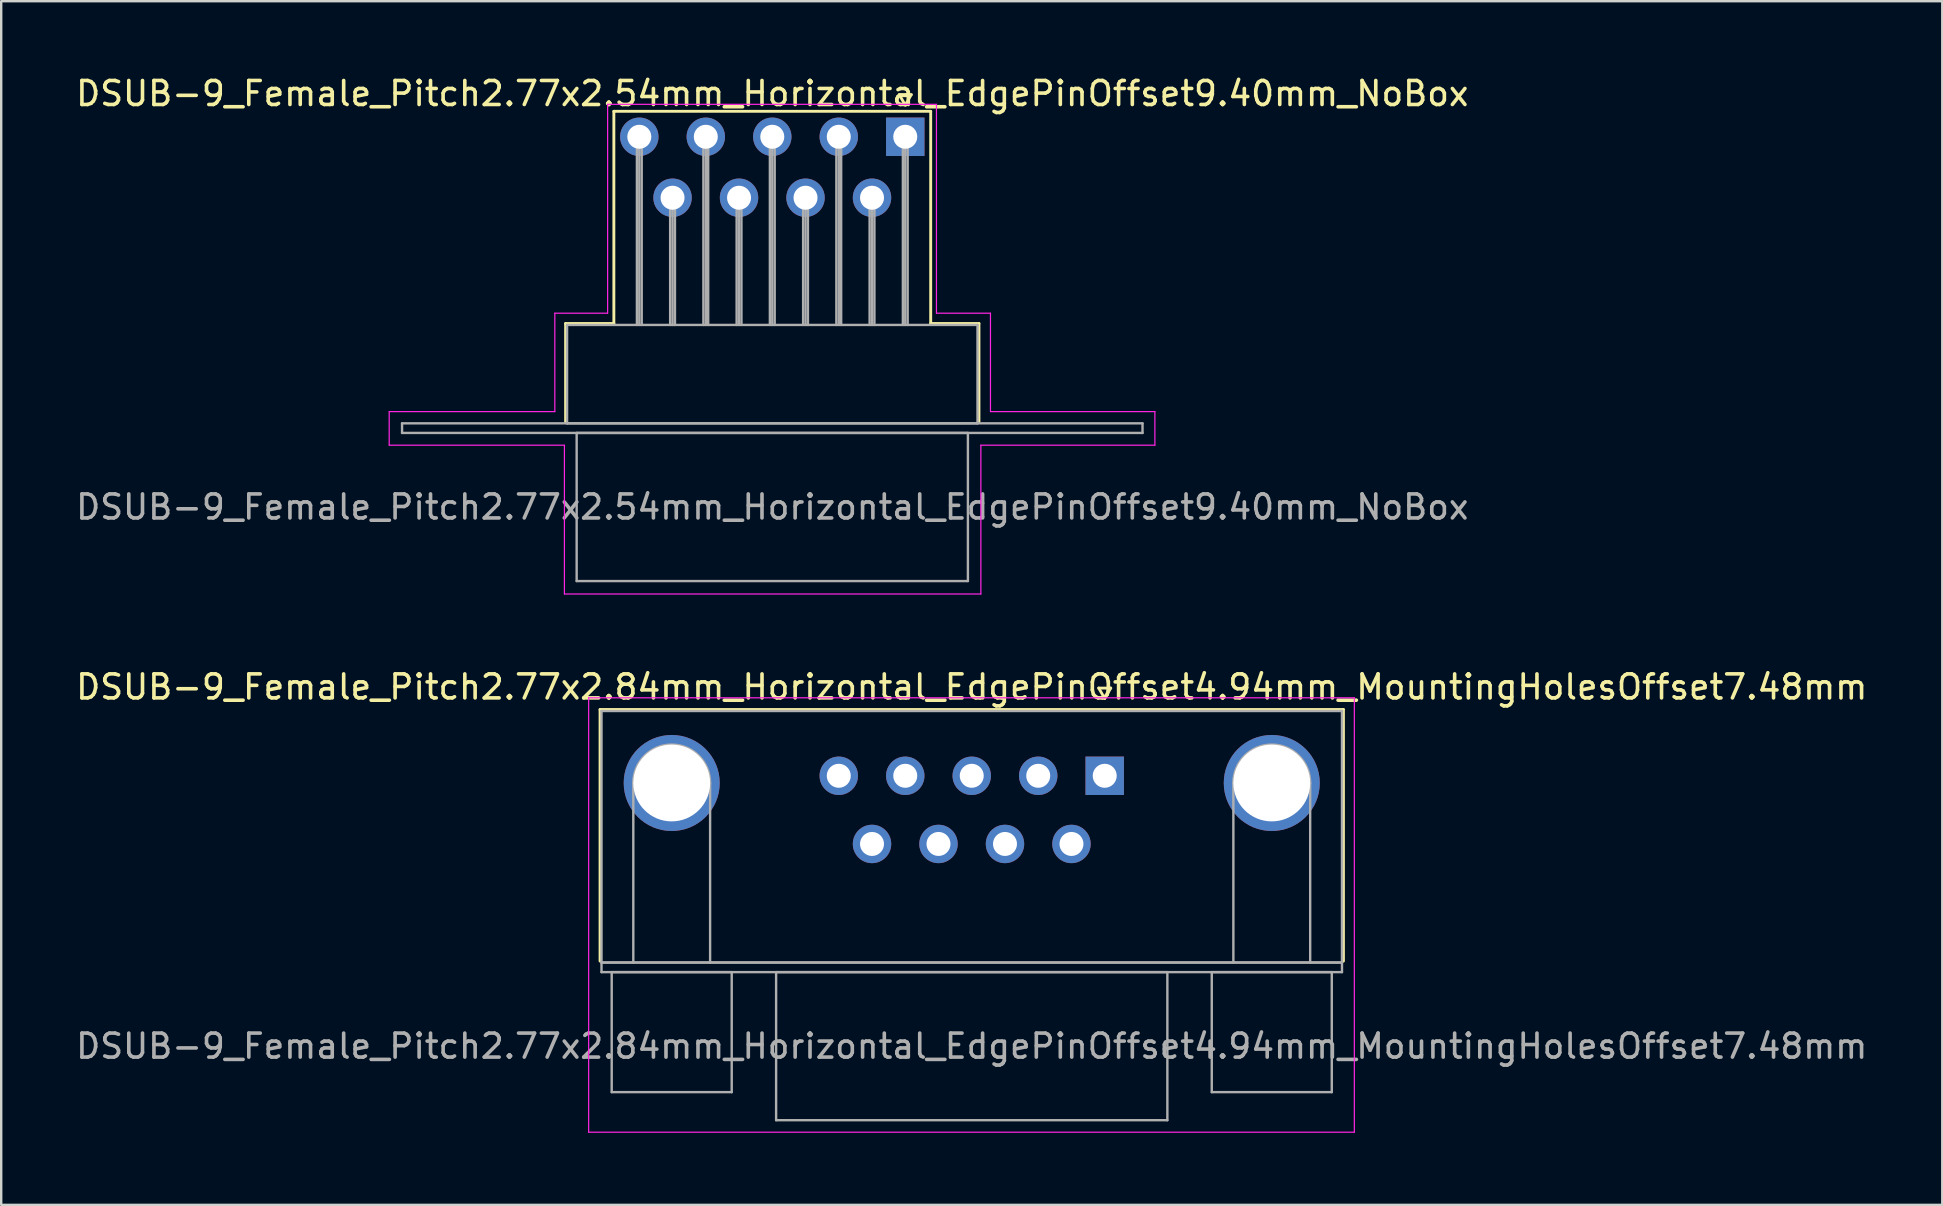
<source format=kicad_pcb>
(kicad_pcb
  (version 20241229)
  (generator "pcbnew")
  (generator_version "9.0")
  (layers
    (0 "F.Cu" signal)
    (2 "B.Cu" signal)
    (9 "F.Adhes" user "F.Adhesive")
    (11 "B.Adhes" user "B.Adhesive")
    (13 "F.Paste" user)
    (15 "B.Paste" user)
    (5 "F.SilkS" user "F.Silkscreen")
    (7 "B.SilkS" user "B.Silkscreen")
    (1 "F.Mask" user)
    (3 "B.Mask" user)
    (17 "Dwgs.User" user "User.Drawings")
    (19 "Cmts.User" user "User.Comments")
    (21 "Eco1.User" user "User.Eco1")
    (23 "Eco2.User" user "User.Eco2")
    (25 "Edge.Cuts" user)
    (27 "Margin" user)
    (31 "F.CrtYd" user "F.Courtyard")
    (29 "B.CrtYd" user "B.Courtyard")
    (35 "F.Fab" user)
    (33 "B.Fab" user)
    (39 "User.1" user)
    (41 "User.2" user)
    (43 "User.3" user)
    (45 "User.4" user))
  (footprint "DSUB-9_Female_Pitch2.77x2.54mm_Horizontal_EdgePinOffset9.40mm_NoBox"
    (layer "F.Cu")
    (at 34.665 2.648)
    (property "Reference" "DSUB-9_Female_Pitch2.77x2.54mm_Horizontal_EdgePinOffset9.40mm_NoBox" (at -5.54 -1.8 0) (layer "F.SilkS") (effects (font (size 1 1) (thickness 0.15))))
    (attr through_hole)
    (fp_line (start -14.15 7.78) (end -12.14 7.78) (stroke (width 0.12) (type solid)) (layer "F.SilkS"))
    (fp_line (start -14.15 11.88) (end -14.15 7.78) (stroke (width 0.12) (type solid)) (layer "F.SilkS"))
    (fp_line (start -12.14 -1.06) (end 1.06 -1.06) (stroke (width 0.12) (type solid)) (layer "F.SilkS"))
    (fp_line (start -12.14 7.78) (end -12.14 -1.06) (stroke (width 0.12) (type solid)) (layer "F.SilkS"))
    (fp_line (start -0.25 -1.754) (end 0.25 -1.754) (stroke (width 0.12) (type solid)) (layer "F.SilkS"))
    (fp_line (start 0 -1.321) (end -0.25 -1.754) (stroke (width 0.12) (type solid)) (layer "F.SilkS"))
    (fp_line (start 0.25 -1.754) (end 0 -1.321) (stroke (width 0.12) (type solid)) (layer "F.SilkS"))
    (fp_line (start 1.06 -1.06) (end 1.06 7.78) (stroke (width 0.12) (type solid)) (layer "F.SilkS"))
    (fp_line (start 1.06 7.78) (end 3.07 7.78) (stroke (width 0.12) (type solid)) (layer "F.SilkS"))
    (fp_line (start 3.07 7.78) (end 3.07 11.88) (stroke (width 0.12) (type solid)) (layer "F.SilkS"))
    (fp_line (start -21.5 11.45) (end -14.6 11.45) (stroke (width 0.05) (type solid)) (layer "F.CrtYd"))
    (fp_line (start -21.5 12.85) (end -21.5 11.45) (stroke (width 0.05) (type solid)) (layer "F.CrtYd"))
    (fp_line (start -14.6 7.35) (end -12.4 7.35) (stroke (width 0.05) (type solid)) (layer "F.CrtYd"))
    (fp_line (start -14.6 11.45) (end -14.6 7.35) (stroke (width 0.05) (type solid)) (layer "F.CrtYd"))
    (fp_line (start -14.2 12.85) (end -21.5 12.85) (stroke (width 0.05) (type solid)) (layer "F.CrtYd"))
    (fp_line (start -14.2 19.05) (end -14.2 12.85) (stroke (width 0.05) (type solid)) (layer "F.CrtYd"))
    (fp_line (start -12.4 -1.35) (end 1.3 -1.35) (stroke (width 0.05) (type solid)) (layer "F.CrtYd"))
    (fp_line (start -12.4 7.35) (end -12.4 -1.35) (stroke (width 0.05) (type solid)) (layer "F.CrtYd"))
    (fp_line (start 1.3 -1.35) (end 1.3 7.35) (stroke (width 0.05) (type solid)) (layer "F.CrtYd"))
    (fp_line (start 1.3 7.35) (end 3.55 7.35) (stroke (width 0.05) (type solid)) (layer "F.CrtYd"))
    (fp_line (start 3.15 12.85) (end 3.15 19.05) (stroke (width 0.05) (type solid)) (layer "F.CrtYd"))
    (fp_line (start 3.15 19.05) (end -14.2 19.05) (stroke (width 0.05) (type solid)) (layer "F.CrtYd"))
    (fp_line (start 3.55 7.35) (end 3.55 11.45) (stroke (width 0.05) (type solid)) (layer "F.CrtYd"))
    (fp_line (start 3.55 11.45) (end 10.4 11.45) (stroke (width 0.05) (type solid)) (layer "F.CrtYd"))
    (fp_line (start 10.4 11.45) (end 10.4 12.85) (stroke (width 0.05) (type solid)) (layer "F.CrtYd"))
    (fp_line (start 10.4 12.85) (end 3.15 12.85) (stroke (width 0.05) (type solid)) (layer "F.CrtYd"))
    (fp_line (start -20.965 11.94) (end -20.965 12.34) (stroke (width 0.1) (type solid)) (layer "F.Fab"))
    (fp_line (start -20.965 12.34) (end 9.885 12.34) (stroke (width 0.1) (type solid)) (layer "F.Fab"))
    (fp_line (start -14.09 7.84) (end -14.09 11.94) (stroke (width 0.1) (type solid)) (layer "F.Fab"))
    (fp_line (start -14.09 11.94) (end 3.01 11.94) (stroke (width 0.1) (type solid)) (layer "F.Fab"))
    (fp_line (start -13.69 12.34) (end -13.69 18.51) (stroke (width 0.1) (type solid)) (layer "F.Fab"))
    (fp_line (start -13.69 18.51) (end 2.61 18.51) (stroke (width 0.1) (type solid)) (layer "F.Fab"))
    (fp_line (start -11.18 0) (end -11.18 7.84) (stroke (width 0.1) (type solid)) (layer "F.Fab"))
    (fp_line (start -11.08 0) (end -11.08 7.84) (stroke (width 0.1) (type solid)) (layer "F.Fab"))
    (fp_line (start -10.98 0) (end -10.98 7.84) (stroke (width 0.1) (type solid)) (layer "F.Fab"))
    (fp_line (start -9.795 2.54) (end -9.795 7.84) (stroke (width 0.1) (type solid)) (layer "F.Fab"))
    (fp_line (start -9.695 2.54) (end -9.695 7.84) (stroke (width 0.1) (type solid)) (layer "F.Fab"))
    (fp_line (start -9.595 2.54) (end -9.595 7.84) (stroke (width 0.1) (type solid)) (layer "F.Fab"))
    (fp_line (start -8.41 0) (end -8.41 7.84) (stroke (width 0.1) (type solid)) (layer "F.Fab"))
    (fp_line (start -8.31 0) (end -8.31 7.84) (stroke (width 0.1) (type solid)) (layer "F.Fab"))
    (fp_line (start -8.21 0) (end -8.21 7.84) (stroke (width 0.1) (type solid)) (layer "F.Fab"))
    (fp_line (start -7.025 2.54) (end -7.025 7.84) (stroke (width 0.1) (type solid)) (layer "F.Fab"))
    (fp_line (start -6.925 2.54) (end -6.925 7.84) (stroke (width 0.1) (type solid)) (layer "F.Fab"))
    (fp_line (start -6.825 2.54) (end -6.825 7.84) (stroke (width 0.1) (type solid)) (layer "F.Fab"))
    (fp_line (start -5.64 0) (end -5.64 7.84) (stroke (width 0.1) (type solid)) (layer "F.Fab"))
    (fp_line (start -5.54 0) (end -5.54 7.84) (stroke (width 0.1) (type solid)) (layer "F.Fab"))
    (fp_line (start -5.44 0) (end -5.44 7.84) (stroke (width 0.1) (type solid)) (layer "F.Fab"))
    (fp_line (start -4.255 2.54) (end -4.255 7.84) (stroke (width 0.1) (type solid)) (layer "F.Fab"))
    (fp_line (start -4.155 2.54) (end -4.155 7.84) (stroke (width 0.1) (type solid)) (layer "F.Fab"))
    (fp_line (start -4.055 2.54) (end -4.055 7.84) (stroke (width 0.1) (type solid)) (layer "F.Fab"))
    (fp_line (start -2.87 0) (end -2.87 7.84) (stroke (width 0.1) (type solid)) (layer "F.Fab"))
    (fp_line (start -2.77 0) (end -2.77 7.84) (stroke (width 0.1) (type solid)) (layer "F.Fab"))
    (fp_line (start -2.67 0) (end -2.67 7.84) (stroke (width 0.1) (type solid)) (layer "F.Fab"))
    (fp_line (start -1.485 2.54) (end -1.485 7.84) (stroke (width 0.1) (type solid)) (layer "F.Fab"))
    (fp_line (start -1.385 2.54) (end -1.385 7.84) (stroke (width 0.1) (type solid)) (layer "F.Fab"))
    (fp_line (start -1.285 2.54) (end -1.285 7.84) (stroke (width 0.1) (type solid)) (layer "F.Fab"))
    (fp_line (start -0.1 0) (end -0.1 7.84) (stroke (width 0.1) (type solid)) (layer "F.Fab"))
    (fp_line (start 0 0) (end 0 7.84) (stroke (width 0.1) (type solid)) (layer "F.Fab"))
    (fp_line (start 0.1 0) (end 0.1 7.84) (stroke (width 0.1) (type solid)) (layer "F.Fab"))
    (fp_line (start 2.61 12.34) (end -13.69 12.34) (stroke (width 0.1) (type solid)) (layer "F.Fab"))
    (fp_line (start 2.61 18.51) (end 2.61 12.34) (stroke (width 0.1) (type solid)) (layer "F.Fab"))
    (fp_line (start 3.01 7.84) (end -14.09 7.84) (stroke (width 0.1) (type solid)) (layer "F.Fab"))
    (fp_line (start 3.01 11.94) (end 3.01 7.84) (stroke (width 0.1) (type solid)) (layer "F.Fab"))
    (fp_line (start 9.885 11.94) (end -20.965 11.94) (stroke (width 0.1) (type solid)) (layer "F.Fab"))
    (fp_line (start 9.885 12.34) (end 9.885 11.94) (stroke (width 0.1) (type solid)) (layer "F.Fab"))
    (fp_text user "${REFERENCE}" (at -5.54 15.425 0) (layer "F.Fab") (effects (font (size 1 1) (thickness 0.15))))
    (pad "1" thru_hole rect (at 0 0) (size 1.6 1.6) (drill 1) (layers "*.Cu" "*.Mask"))
    (pad "2" thru_hole circle (at -2.77 0) (size 1.6 1.6) (drill 1) (layers "*.Cu" "*.Mask"))
    (pad "3" thru_hole circle (at -5.54 0) (size 1.6 1.6) (drill 1) (layers "*.Cu" "*.Mask"))
    (pad "4" thru_hole circle (at -8.31 0) (size 1.6 1.6) (drill 1) (layers "*.Cu" "*.Mask"))
    (pad "5" thru_hole circle (at -11.08 0) (size 1.6 1.6) (drill 1) (layers "*.Cu" "*.Mask"))
    (pad "6" thru_hole circle (at -1.385 2.54) (size 1.6 1.6) (drill 1) (layers "*.Cu" "*.Mask"))
    (pad "7" thru_hole circle (at -4.155 2.54) (size 1.6 1.6) (drill 1) (layers "*.Cu" "*.Mask"))
    (pad "8" thru_hole circle (at -6.925 2.54) (size 1.6 1.6) (drill 1) (layers "*.Cu" "*.Mask"))
    (pad "9" thru_hole circle (at -9.695 2.54) (size 1.6 1.6) (drill 1) (layers "*.Cu" "*.Mask")))
  (footprint "DSUB-9_Female_Pitch2.77x2.84mm_Horizontal_EdgePinOffset4.94mm_MountingHolesOffset7.48mm"
    (layer "F.Cu")
    (at 42.975 29.271)
    (property "Reference" "DSUB-9_Female_Pitch2.77x2.84mm_Horizontal_EdgePinOffset4.94mm_MountingHolesOffset7.48mm" (at -5.54 -3.7 0) (layer "F.SilkS") (effects (font (size 1 1) (thickness 0.15))))
    (attr through_hole)
    (fp_line (start -21.025 -2.76) (end 9.945 -2.76) (stroke (width 0.12) (type solid)) (layer "F.SilkS"))
    (fp_line (start -21.025 7.72) (end -21.025 -2.76) (stroke (width 0.12) (type solid)) (layer "F.SilkS"))
    (fp_line (start -0.25 -3.654) (end 0.25 -3.654) (stroke (width 0.12) (type solid)) (layer "F.SilkS"))
    (fp_line (start 0 -3.221) (end -0.25 -3.654) (stroke (width 0.12) (type solid)) (layer "F.SilkS"))
    (fp_line (start 0.25 -3.654) (end 0 -3.221) (stroke (width 0.12) (type solid)) (layer "F.SilkS"))
    (fp_line (start 9.945 -2.76) (end 9.945 7.72) (stroke (width 0.12) (type solid)) (layer "F.SilkS"))
    (fp_line (start -21.5 -3.25) (end -21.5 14.85) (stroke (width 0.05) (type solid)) (layer "F.CrtYd"))
    (fp_line (start -21.5 14.85) (end 10.4 14.85) (stroke (width 0.05) (type solid)) (layer "F.CrtYd"))
    (fp_line (start 10.4 -3.25) (end -21.5 -3.25) (stroke (width 0.05) (type solid)) (layer "F.CrtYd"))
    (fp_line (start 10.4 14.85) (end 10.4 -3.25) (stroke (width 0.05) (type solid)) (layer "F.CrtYd"))
    (fp_line (start -20.965 -2.7) (end -20.965 7.78) (stroke (width 0.1) (type solid)) (layer "F.Fab"))
    (fp_line (start -20.965 7.78) (end -20.965 8.18) (stroke (width 0.1) (type solid)) (layer "F.Fab"))
    (fp_line (start -20.965 7.78) (end 9.885 7.78) (stroke (width 0.1) (type solid)) (layer "F.Fab"))
    (fp_line (start -20.965 8.18) (end 9.885 8.18) (stroke (width 0.1) (type solid)) (layer "F.Fab"))
    (fp_line (start -20.54 8.18) (end -20.54 13.18) (stroke (width 0.1) (type solid)) (layer "F.Fab"))
    (fp_line (start -20.54 13.18) (end -15.54 13.18) (stroke (width 0.1) (type solid)) (layer "F.Fab"))
    (fp_line (start -19.64 7.78) (end -19.64 0.3) (stroke (width 0.1) (type solid)) (layer "F.Fab"))
    (fp_line (start -16.44 7.78) (end -16.44 0.3) (stroke (width 0.1) (type solid)) (layer "F.Fab"))
    (fp_line (start -15.54 8.18) (end -20.54 8.18) (stroke (width 0.1) (type solid)) (layer "F.Fab"))
    (fp_line (start -15.54 13.18) (end -15.54 8.18) (stroke (width 0.1) (type solid)) (layer "F.Fab"))
    (fp_line (start -13.69 8.18) (end -13.69 14.35) (stroke (width 0.1) (type solid)) (layer "F.Fab"))
    (fp_line (start -13.69 14.35) (end 2.61 14.35) (stroke (width 0.1) (type solid)) (layer "F.Fab"))
    (fp_line (start 2.61 8.18) (end -13.69 8.18) (stroke (width 0.1) (type solid)) (layer "F.Fab"))
    (fp_line (start 2.61 14.35) (end 2.61 8.18) (stroke (width 0.1) (type solid)) (layer "F.Fab"))
    (fp_line (start 4.46 8.18) (end 4.46 13.18) (stroke (width 0.1) (type solid)) (layer "F.Fab"))
    (fp_line (start 4.46 13.18) (end 9.46 13.18) (stroke (width 0.1) (type solid)) (layer "F.Fab"))
    (fp_line (start 5.36 7.78) (end 5.36 0.3) (stroke (width 0.1) (type solid)) (layer "F.Fab"))
    (fp_line (start 8.56 7.78) (end 8.56 0.3) (stroke (width 0.1) (type solid)) (layer "F.Fab"))
    (fp_line (start 9.46 8.18) (end 4.46 8.18) (stroke (width 0.1) (type solid)) (layer "F.Fab"))
    (fp_line (start 9.46 13.18) (end 9.46 8.18) (stroke (width 0.1) (type solid)) (layer "F.Fab"))
    (fp_line (start 9.885 -2.7) (end -20.965 -2.7) (stroke (width 0.1) (type solid)) (layer "F.Fab"))
    (fp_line (start 9.885 7.78) (end -20.965 7.78) (stroke (width 0.1) (type solid)) (layer "F.Fab"))
    (fp_line (start 9.885 7.78) (end 9.885 -2.7) (stroke (width 0.1) (type solid)) (layer "F.Fab"))
    (fp_line (start 9.885 8.18) (end 9.885 7.78) (stroke (width 0.1) (type solid)) (layer "F.Fab"))
    (fp_arc (start -19.64 0.3) (mid -18.04 -1.3) (end -16.44 0.3) (stroke (width 0.1) (type solid)) (layer "F.Fab"))
    (fp_arc (start 5.36 0.3) (mid 6.96 -1.3) (end 8.56 0.3) (stroke (width 0.1) (type solid)) (layer "F.Fab"))
    (fp_text user "${REFERENCE}" (at -5.54 11.265 0) (layer "F.Fab") (effects (font (size 1 1) (thickness 0.15))))
    (pad "0" thru_hole circle (at -18.04 0.3) (size 4 4) (drill 3.2) (layers "*.Cu" "*.Mask"))
    (pad "0" thru_hole circle (at 6.96 0.3) (size 4 4) (drill 3.2) (layers "*.Cu" "*.Mask"))
    (pad "1" thru_hole rect (at 0 0) (size 1.6 1.6) (drill 1) (layers "*.Cu" "*.Mask"))
    (pad "2" thru_hole circle (at -2.77 0) (size 1.6 1.6) (drill 1) (layers "*.Cu" "*.Mask"))
    (pad "3" thru_hole circle (at -5.54 0) (size 1.6 1.6) (drill 1) (layers "*.Cu" "*.Mask"))
    (pad "4" thru_hole circle (at -8.31 0) (size 1.6 1.6) (drill 1) (layers "*.Cu" "*.Mask"))
    (pad "5" thru_hole circle (at -11.08 0) (size 1.6 1.6) (drill 1) (layers "*.Cu" "*.Mask"))
    (pad "6" thru_hole circle (at -1.385 2.84) (size 1.6 1.6) (drill 1) (layers "*.Cu" "*.Mask"))
    (pad "7" thru_hole circle (at -4.155 2.84) (size 1.6 1.6) (drill 1) (layers "*.Cu" "*.Mask"))
    (pad "8" thru_hole circle (at -6.925 2.84) (size 1.6 1.6) (drill 1) (layers "*.Cu" "*.Mask"))
    (pad "9" thru_hole circle (at -9.695 2.84) (size 1.6 1.6) (drill 1) (layers "*.Cu" "*.Mask")))
  (gr_rect
    (start -3 -3)
    (end 77.869 47.147)
    (stroke (width 0.1) (type default))
    (fill no)
    (layer "Edge.Cuts")))
</source>
